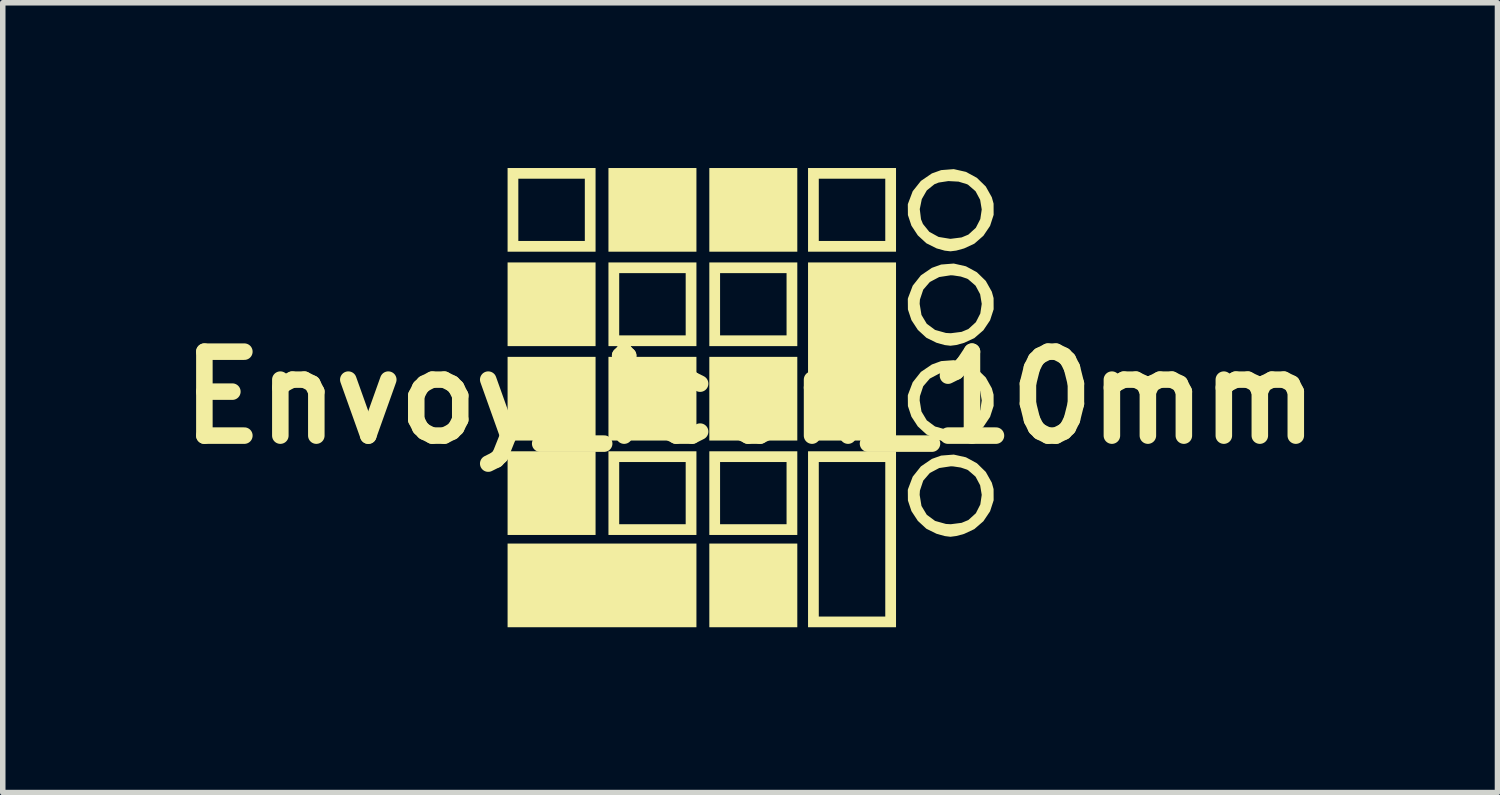
<source format=kicad_pcb>
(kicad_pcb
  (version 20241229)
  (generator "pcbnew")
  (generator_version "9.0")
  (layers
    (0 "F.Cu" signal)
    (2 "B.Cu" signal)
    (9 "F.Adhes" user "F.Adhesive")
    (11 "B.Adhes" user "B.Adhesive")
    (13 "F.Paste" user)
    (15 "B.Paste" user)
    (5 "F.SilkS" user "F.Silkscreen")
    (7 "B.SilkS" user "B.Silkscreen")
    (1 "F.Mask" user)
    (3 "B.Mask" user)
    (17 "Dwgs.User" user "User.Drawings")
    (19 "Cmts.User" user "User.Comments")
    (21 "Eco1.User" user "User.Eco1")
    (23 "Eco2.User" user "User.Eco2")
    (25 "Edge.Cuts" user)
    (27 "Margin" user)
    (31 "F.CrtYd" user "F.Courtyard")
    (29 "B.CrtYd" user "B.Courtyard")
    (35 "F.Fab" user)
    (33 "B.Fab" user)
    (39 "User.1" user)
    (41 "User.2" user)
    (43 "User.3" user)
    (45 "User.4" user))
  (footprint "Envoy_icon_10mm"
    (layer "F.Cu")
    (at 10.566 4.168)
    (property "Reference" "Envoy_icon_10mm" (at 0 0 0) (layer "F.SilkS") (effects (font (size 1.524 1.524) (thickness 0.3))))
    (attr board_only exclude_from_pos_files exclude_from_bom)
    (fp_poly (pts (xy -2.805 -0.935) (xy -4.402 -0.935) (xy -4.402 -2.454) (xy -2.805 -2.454)) (stroke (width 0) (type solid)) (fill yes) (layer "F.SilkS"))
    (fp_poly (pts (xy -2.805 0.779) (xy -4.402 0.779) (xy -4.402 -0.74) (xy -2.805 -0.74)) (stroke (width 0) (type solid)) (fill yes) (layer "F.SilkS"))
    (fp_poly (pts (xy -2.805 2.493) (xy -4.402 2.493) (xy -4.402 0.974) (xy -2.805 0.974)) (stroke (width 0) (type solid)) (fill yes) (layer "F.SilkS"))
    (fp_poly (pts (xy -0.974 -2.649) (xy -2.571 -2.649) (xy -2.571 -4.168) (xy -0.974 -4.168)) (stroke (width 0) (type solid)) (fill yes) (layer "F.SilkS"))
    (fp_poly (pts (xy -0.974 0.779) (xy -2.571 0.779) (xy -2.571 -0.74) (xy -0.974 -0.74)) (stroke (width 0) (type solid)) (fill yes) (layer "F.SilkS"))
    (fp_poly (pts (xy -0.974 4.168) (xy -4.402 4.168) (xy -4.402 2.649) (xy -0.974 2.649)) (stroke (width 0) (type solid)) (fill yes) (layer "F.SilkS"))
    (fp_poly (pts (xy 0.857 -2.649) (xy -0.74 -2.649) (xy -0.74 -4.168) (xy 0.857 -4.168)) (stroke (width 0) (type solid)) (fill yes) (layer "F.SilkS"))
    (fp_poly (pts (xy 0.857 0.779) (xy -0.74 0.779) (xy -0.74 -0.74) (xy 0.857 -0.74)) (stroke (width 0) (type solid)) (fill yes) (layer "F.SilkS"))
    (fp_poly (pts (xy 0.857 4.168) (xy -0.74 4.168) (xy -0.74 2.649) (xy 0.857 2.649)) (stroke (width 0) (type solid)) (fill yes) (layer "F.SilkS"))
    (fp_poly (pts (xy 2.649 0.779) (xy 1.052 0.779) (xy 1.052 -2.454) (xy 2.649 -2.454)) (stroke (width 0) (type solid)) (fill yes) (layer "F.SilkS"))
    (fp_poly (pts (xy -2.805 -2.649) (xy -4.402 -2.649) (xy -4.402 -2.844) (xy -4.207 -2.844) (xy -3 -2.844) (xy -3 -3.974) (xy -4.207 -3.974) (xy -4.207 -2.844) (xy -4.402 -2.844) (xy -4.402 -4.168) (xy -2.805 -4.168)) (stroke (width 0) (type solid)) (fill yes) (layer "F.SilkS"))
    (fp_poly (pts (xy -0.974 -0.935) (xy -2.571 -0.935) (xy -2.571 -1.13) (xy -2.376 -1.13) (xy -1.169 -1.13) (xy -1.169 -2.26) (xy -2.376 -2.26) (xy -2.376 -1.13) (xy -2.571 -1.13) (xy -2.571 -2.454) (xy -0.974 -2.454)) (stroke (width 0) (type solid)) (fill yes) (layer "F.SilkS"))
    (fp_poly (pts (xy -0.974 2.493) (xy -2.571 2.493) (xy -2.571 2.298) (xy -2.376 2.298) (xy -1.169 2.298) (xy -1.169 1.169) (xy -2.376 1.169) (xy -2.376 2.298) (xy -2.571 2.298) (xy -2.571 0.974) (xy -0.974 0.974)) (stroke (width 0) (type solid)) (fill yes) (layer "F.SilkS"))
    (fp_poly (pts (xy 0.857 -0.935) (xy -0.74 -0.935) (xy -0.74 -1.13) (xy -0.545 -1.13) (xy 0.662 -1.13) (xy 0.662 -2.26) (xy -0.545 -2.26) (xy -0.545 -1.13) (xy -0.74 -1.13) (xy -0.74 -2.454) (xy 0.857 -2.454)) (stroke (width 0) (type solid)) (fill yes) (layer "F.SilkS"))
    (fp_poly (pts (xy 0.857 2.493) (xy -0.74 2.493) (xy -0.74 2.298) (xy -0.545 2.298) (xy 0.662 2.298) (xy 0.662 1.169) (xy -0.545 1.169) (xy -0.545 2.298) (xy -0.74 2.298) (xy -0.74 0.974) (xy 0.857 0.974)) (stroke (width 0) (type solid)) (fill yes) (layer "F.SilkS"))
    (fp_poly (pts (xy 2.649 -2.649) (xy 1.052 -2.649) (xy 1.052 -2.844) (xy 1.247 -2.844) (xy 2.454 -2.844) (xy 2.454 -3.974) (xy 1.247 -3.974) (xy 1.247 -2.844) (xy 1.052 -2.844) (xy 1.052 -4.168) (xy 2.649 -4.168)) (stroke (width 0) (type solid)) (fill yes) (layer "F.SilkS"))
    (fp_poly (pts (xy 2.649 4.168) (xy 1.052 4.168) (xy 1.052 3.974) (xy 1.247 3.974) (xy 2.454 3.974) (xy 2.454 1.169) (xy 1.247 1.169) (xy 1.247 3.974) (xy 1.052 3.974) (xy 1.052 0.974) (xy 2.649 0.974)) (stroke (width 0) (type solid)) (fill yes) (layer "F.SilkS"))
    (fp_poly (pts (xy 3.918 -4.098) (xy 4.117 -3.99) (xy 4.278 -3.833) (xy 4.388 -3.637) (xy 4.42 -3.522) (xy 4.421 -3.318) (xy 4.356 -3.117) (xy 4.235 -2.938) (xy 4.07 -2.794) (xy 3.884 -2.708) (xy 3.742 -2.669) (xy 3.637 -2.656) (xy 3.534 -2.668) (xy 3.397 -2.706) (xy 3.384 -2.71) (xy 3.2 -2.802) (xy 3.045 -2.945) (xy 2.929 -3.121) (xy 2.865 -3.314) (xy 2.864 -3.422) (xy 3.08 -3.422) (xy 3.103 -3.237) (xy 3.138 -3.152) (xy 3.254 -3.009) (xy 3.422 -2.917) (xy 3.631 -2.883) (xy 3.642 -2.883) (xy 3.839 -2.908) (xy 3.962 -2.959) (xy 4.098 -3.083) (xy 4.179 -3.241) (xy 4.205 -3.416) (xy 4.176 -3.591) (xy 4.093 -3.746) (xy 3.957 -3.864) (xy 3.938 -3.874) (xy 3.784 -3.921) (xy 3.599 -3.931) (xy 3.423 -3.904) (xy 3.347 -3.874) (xy 3.208 -3.762) (xy 3.117 -3.604) (xy 3.08 -3.422) (xy 2.864 -3.422) (xy 2.863 -3.505) (xy 2.866 -3.519) (xy 2.952 -3.747) (xy 3.101 -3.934) (xy 3.3 -4.07) (xy 3.468 -4.13) (xy 3.697 -4.148)) (stroke (width 0) (type solid)) (fill yes) (layer "F.SilkS"))
    (fp_poly (pts (xy 3.918 -2.384) (xy 4.117 -2.276) (xy 4.278 -2.119) (xy 4.388 -1.923) (xy 4.42 -1.807) (xy 4.421 -1.603) (xy 4.356 -1.403) (xy 4.235 -1.223) (xy 4.07 -1.08) (xy 3.884 -0.994) (xy 3.742 -0.955) (xy 3.637 -0.942) (xy 3.534 -0.954) (xy 3.397 -0.992) (xy 3.384 -0.996) (xy 3.2 -1.087) (xy 3.045 -1.23) (xy 2.929 -1.407) (xy 2.865 -1.6) (xy 2.864 -1.702) (xy 3.078 -1.702) (xy 3.111 -1.501) (xy 3.207 -1.341) (xy 3.358 -1.229) (xy 3.555 -1.174) (xy 3.642 -1.169) (xy 3.839 -1.194) (xy 3.962 -1.245) (xy 4.098 -1.369) (xy 4.179 -1.527) (xy 4.205 -1.702) (xy 4.176 -1.877) (xy 4.093 -2.032) (xy 3.957 -2.15) (xy 3.938 -2.16) (xy 3.825 -2.198) (xy 3.684 -2.219) (xy 3.642 -2.221) (xy 3.433 -2.189) (xy 3.263 -2.099) (xy 3.143 -1.96) (xy 3.083 -1.78) (xy 3.078 -1.702) (xy 2.864 -1.702) (xy 2.863 -1.79) (xy 2.866 -1.805) (xy 2.952 -2.032) (xy 3.101 -2.22) (xy 3.3 -2.356) (xy 3.468 -2.416) (xy 3.697 -2.434)) (stroke (width 0) (type solid)) (fill yes) (layer "F.SilkS"))
    (fp_poly (pts (xy 3.918 -0.631) (xy 4.117 -0.523) (xy 4.278 -0.366) (xy 4.388 -0.17) (xy 4.42 -0.054) (xy 4.421 0.15) (xy 4.356 0.35) (xy 4.235 0.53) (xy 4.07 0.673) (xy 3.884 0.759) (xy 3.742 0.798) (xy 3.637 0.811) (xy 3.534 0.799) (xy 3.397 0.761) (xy 3.384 0.757) (xy 3.2 0.666) (xy 3.045 0.523) (xy 2.929 0.346) (xy 2.865 0.153) (xy 2.864 0.051) (xy 3.078 0.051) (xy 3.111 0.252) (xy 3.207 0.412) (xy 3.358 0.524) (xy 3.555 0.579) (xy 3.642 0.584) (xy 3.839 0.559) (xy 3.962 0.508) (xy 4.098 0.385) (xy 4.179 0.226) (xy 4.205 0.051) (xy 4.176 -0.123) (xy 4.093 -0.279) (xy 3.957 -0.397) (xy 3.938 -0.407) (xy 3.825 -0.445) (xy 3.684 -0.466) (xy 3.642 -0.467) (xy 3.433 -0.436) (xy 3.263 -0.346) (xy 3.143 -0.207) (xy 3.083 -0.027) (xy 3.078 0.051) (xy 2.864 0.051) (xy 2.863 -0.037) (xy 2.866 -0.052) (xy 2.952 -0.279) (xy 3.101 -0.467) (xy 3.3 -0.602) (xy 3.468 -0.663) (xy 3.697 -0.68)) (stroke (width 0) (type solid)) (fill yes) (layer "F.SilkS"))
    (fp_poly (pts (xy 3.918 1.083) (xy 4.117 1.191) (xy 4.278 1.348) (xy 4.388 1.544) (xy 4.42 1.66) (xy 4.421 1.864) (xy 4.356 2.064) (xy 4.235 2.244) (xy 4.07 2.387) (xy 3.884 2.474) (xy 3.742 2.512) (xy 3.637 2.526) (xy 3.534 2.513) (xy 3.397 2.475) (xy 3.384 2.471) (xy 3.2 2.38) (xy 3.045 2.237) (xy 2.929 2.06) (xy 2.865 1.867) (xy 2.864 1.765) (xy 3.078 1.765) (xy 3.111 1.966) (xy 3.207 2.126) (xy 3.358 2.238) (xy 3.555 2.293) (xy 3.642 2.298) (xy 3.839 2.273) (xy 3.962 2.222) (xy 4.098 2.099) (xy 4.179 1.94) (xy 4.205 1.765) (xy 4.176 1.591) (xy 4.093 1.435) (xy 3.957 1.317) (xy 3.938 1.307) (xy 3.825 1.269) (xy 3.684 1.248) (xy 3.642 1.247) (xy 3.433 1.278) (xy 3.263 1.368) (xy 3.143 1.507) (xy 3.083 1.687) (xy 3.078 1.765) (xy 2.864 1.765) (xy 2.863 1.677) (xy 2.866 1.662) (xy 2.952 1.435) (xy 3.101 1.248) (xy 3.3 1.112) (xy 3.468 1.052) (xy 3.697 1.034)) (stroke (width 0) (type solid)) (fill yes) (layer "F.SilkS")))
  (gr_rect
    (start -3 -3)
    (end 24.133 11.337)
    (stroke (width 0.1) (type default))
    (fill no)
    (layer "Edge.Cuts")))
</source>
